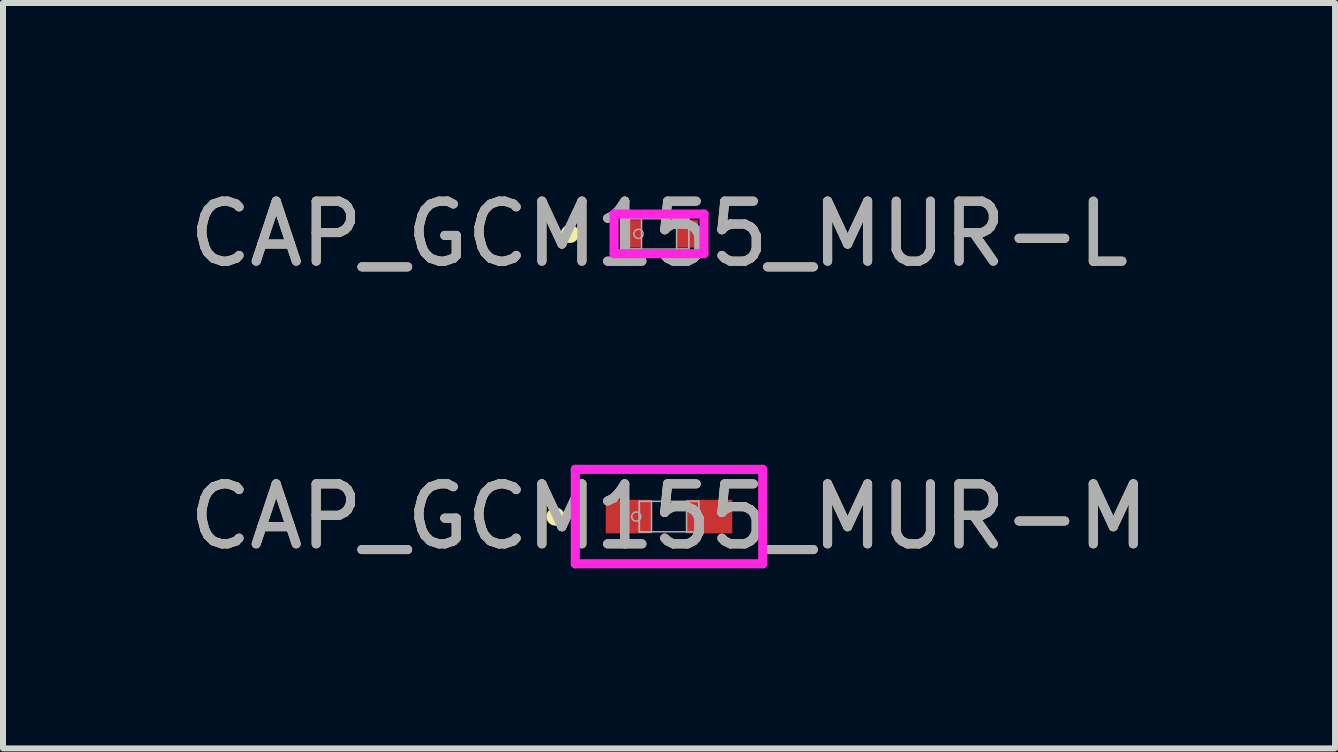
<source format=kicad_pcb>
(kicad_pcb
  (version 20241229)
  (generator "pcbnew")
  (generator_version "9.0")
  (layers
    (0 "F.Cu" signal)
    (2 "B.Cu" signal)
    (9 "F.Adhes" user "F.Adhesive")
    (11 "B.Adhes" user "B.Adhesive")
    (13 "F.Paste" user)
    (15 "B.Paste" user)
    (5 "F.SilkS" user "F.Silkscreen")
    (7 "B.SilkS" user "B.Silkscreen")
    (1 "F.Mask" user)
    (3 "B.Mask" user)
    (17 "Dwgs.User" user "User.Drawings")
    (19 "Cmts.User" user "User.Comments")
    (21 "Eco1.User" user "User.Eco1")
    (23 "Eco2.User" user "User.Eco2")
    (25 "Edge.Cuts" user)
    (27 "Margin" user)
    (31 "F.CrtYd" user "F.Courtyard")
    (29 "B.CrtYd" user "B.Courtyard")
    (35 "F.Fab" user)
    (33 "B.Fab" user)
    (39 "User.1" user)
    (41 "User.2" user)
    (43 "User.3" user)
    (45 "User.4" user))
  (footprint "CAP_GCM155_MUR-M"
    (layer "F.Cu")
    (at 8.101 5.56)
    (property "Reference" "CAP_GCM155_MUR-M" (at 0 0 0) (unlocked yes) (layer "F.SilkS") (effects (font (size 1 1) (thickness 0.15))))
    (attr smd)
    (fp_circle (center -1.892 0) (end -1.816 0) (stroke (width 0.152) (type solid)) (fill no) (layer "F.SilkS"))
    (fp_line (start -1.562 -0.787) (end 1.562 -0.787) (stroke (width 0.152) (type solid)) (layer "F.CrtYd"))
    (fp_line (start -1.562 0.787) (end -1.562 -0.787) (stroke (width 0.152) (type solid)) (layer "F.CrtYd"))
    (fp_line (start 1.562 -0.787) (end 1.562 0.787) (stroke (width 0.152) (type solid)) (layer "F.CrtYd"))
    (fp_line (start 1.562 0.787) (end -1.562 0.787) (stroke (width 0.152) (type solid)) (layer "F.CrtYd"))
    (fp_line (start -0.495 -0.254) (end -0.495 0.254) (stroke (width 0.025) (type solid)) (layer "F.Fab"))
    (fp_line (start -0.495 -0.254) (end -0.495 0.254) (stroke (width 0.025) (type solid)) (layer "F.Fab"))
    (fp_line (start -0.495 0.254) (end -0.292 0.254) (stroke (width 0.025) (type solid)) (layer "F.Fab"))
    (fp_line (start -0.495 0.254) (end 0.495 0.254) (stroke (width 0.025) (type solid)) (layer "F.Fab"))
    (fp_line (start -0.292 -0.254) (end -0.495 -0.254) (stroke (width 0.025) (type solid)) (layer "F.Fab"))
    (fp_line (start -0.292 0.254) (end -0.292 -0.254) (stroke (width 0.025) (type solid)) (layer "F.Fab"))
    (fp_line (start 0.292 -0.254) (end 0.292 0.254) (stroke (width 0.025) (type solid)) (layer "F.Fab"))
    (fp_line (start 0.292 0.254) (end 0.495 0.254) (stroke (width 0.025) (type solid)) (layer "F.Fab"))
    (fp_line (start 0.495 -0.254) (end -0.495 -0.254) (stroke (width 0.025) (type solid)) (layer "F.Fab"))
    (fp_line (start 0.495 -0.254) (end 0.292 -0.254) (stroke (width 0.025) (type solid)) (layer "F.Fab"))
    (fp_line (start 0.495 0.254) (end 0.495 -0.254) (stroke (width 0.025) (type solid)) (layer "F.Fab"))
    (fp_line (start 0.495 0.254) (end 0.495 -0.254) (stroke (width 0.025) (type solid)) (layer "F.Fab"))
    (fp_circle (center -0.546 0) (end -0.47 0) (stroke (width 0.025) (type solid)) (fill no) (layer "F.Fab"))
    (fp_text user "${REFERENCE}" (at 0 0 0) (unlocked yes) (layer "F.Fab") (effects (font (size 1 1) (thickness 0.15))))
    (pad "1" smd rect (at -0.673 0) (size 0.762 0.559) (layers "F.Cu" "F.Mask" "F.Paste"))
    (pad "2" smd rect (at 0.673 0) (size 0.762 0.559) (layers "F.Cu" "F.Mask" "F.Paste"))
    (zone (net_name "") (layer "F.Cu") (hatch full 0.508) (connect_pads) (min_thickness 0.254) (filled_areas_thickness no) (keepout (tracks not_allowed) (vias not_allowed) (pads allowed) (copperpour not_allowed) (footprints allowed)) (placement (enabled no)) (fill) (polygon (pts (xy 7.86 5.357) (xy 8.342 5.357) (xy 8.342 5.763) (xy 7.86 5.763)))))
  (footprint "CAP_GCM155_MUR-L"
    (layer "F.Cu")
    (at 7.935 0.848)
    (property "Reference" "CAP_GCM155_MUR-L" (at 0 0 0) (unlocked yes) (layer "F.SilkS") (effects (font (size 1 1) (thickness 0.15))))
    (attr smd)
    (fp_circle (center -1.486 0) (end -1.41 0) (stroke (width 0.152) (type solid)) (fill no) (layer "F.SilkS"))
    (fp_line (start -0.749 -0.33) (end 0.749 -0.33) (stroke (width 0.152) (type solid)) (layer "F.CrtYd"))
    (fp_line (start -0.749 0.33) (end -0.749 -0.33) (stroke (width 0.152) (type solid)) (layer "F.CrtYd"))
    (fp_line (start 0.749 -0.33) (end 0.749 0.33) (stroke (width 0.152) (type solid)) (layer "F.CrtYd"))
    (fp_line (start 0.749 0.33) (end -0.749 0.33) (stroke (width 0.152) (type solid)) (layer "F.CrtYd"))
    (fp_line (start -0.495 -0.254) (end -0.495 0.254) (stroke (width 0.025) (type solid)) (layer "F.Fab"))
    (fp_line (start -0.495 -0.254) (end -0.495 0.254) (stroke (width 0.025) (type solid)) (layer "F.Fab"))
    (fp_line (start -0.495 0.254) (end -0.292 0.254) (stroke (width 0.025) (type solid)) (layer "F.Fab"))
    (fp_line (start -0.495 0.254) (end 0.495 0.254) (stroke (width 0.025) (type solid)) (layer "F.Fab"))
    (fp_line (start -0.292 -0.254) (end -0.495 -0.254) (stroke (width 0.025) (type solid)) (layer "F.Fab"))
    (fp_line (start -0.292 0.254) (end -0.292 -0.254) (stroke (width 0.025) (type solid)) (layer "F.Fab"))
    (fp_line (start 0.292 -0.254) (end 0.292 0.254) (stroke (width 0.025) (type solid)) (layer "F.Fab"))
    (fp_line (start 0.292 0.254) (end 0.495 0.254) (stroke (width 0.025) (type solid)) (layer "F.Fab"))
    (fp_line (start 0.495 -0.254) (end -0.495 -0.254) (stroke (width 0.025) (type solid)) (layer "F.Fab"))
    (fp_line (start 0.495 -0.254) (end 0.292 -0.254) (stroke (width 0.025) (type solid)) (layer "F.Fab"))
    (fp_line (start 0.495 0.254) (end 0.495 -0.254) (stroke (width 0.025) (type solid)) (layer "F.Fab"))
    (fp_line (start 0.495 0.254) (end 0.495 -0.254) (stroke (width 0.025) (type solid)) (layer "F.Fab"))
    (fp_circle (center -0.343 0) (end -0.267 0) (stroke (width 0.025) (type solid)) (fill no) (layer "F.Fab"))
    (fp_text user "${REFERENCE}" (at 0 0 0) (unlocked yes) (layer "F.Fab") (effects (font (size 1 1) (thickness 0.15))))
    (pad "1" smd rect (at -0.47 0) (size 0.356 0.457) (layers "F.Cu" "F.Mask" "F.Paste"))
    (pad "2" smd rect (at 0.47 0) (size 0.356 0.457) (layers "F.Cu" "F.Mask" "F.Paste"))
    (zone (net_name "") (layer "F.Cu") (hatch full 0.508) (connect_pads) (min_thickness 0.254) (filled_areas_thickness no) (keepout (tracks not_allowed) (vias not_allowed) (pads allowed) (copperpour not_allowed) (footprints allowed)) (placement (enabled no)) (fill) (polygon (pts (xy 7.693 0.645) (xy 8.176 0.645) (xy 8.176 1.051) (xy 7.693 1.051)))))
  (gr_rect
    (start -3 -3)
    (end 19.202 9.424)
    (stroke (width 0.1) (type default))
    (fill no)
    (layer "Edge.Cuts")))
</source>
